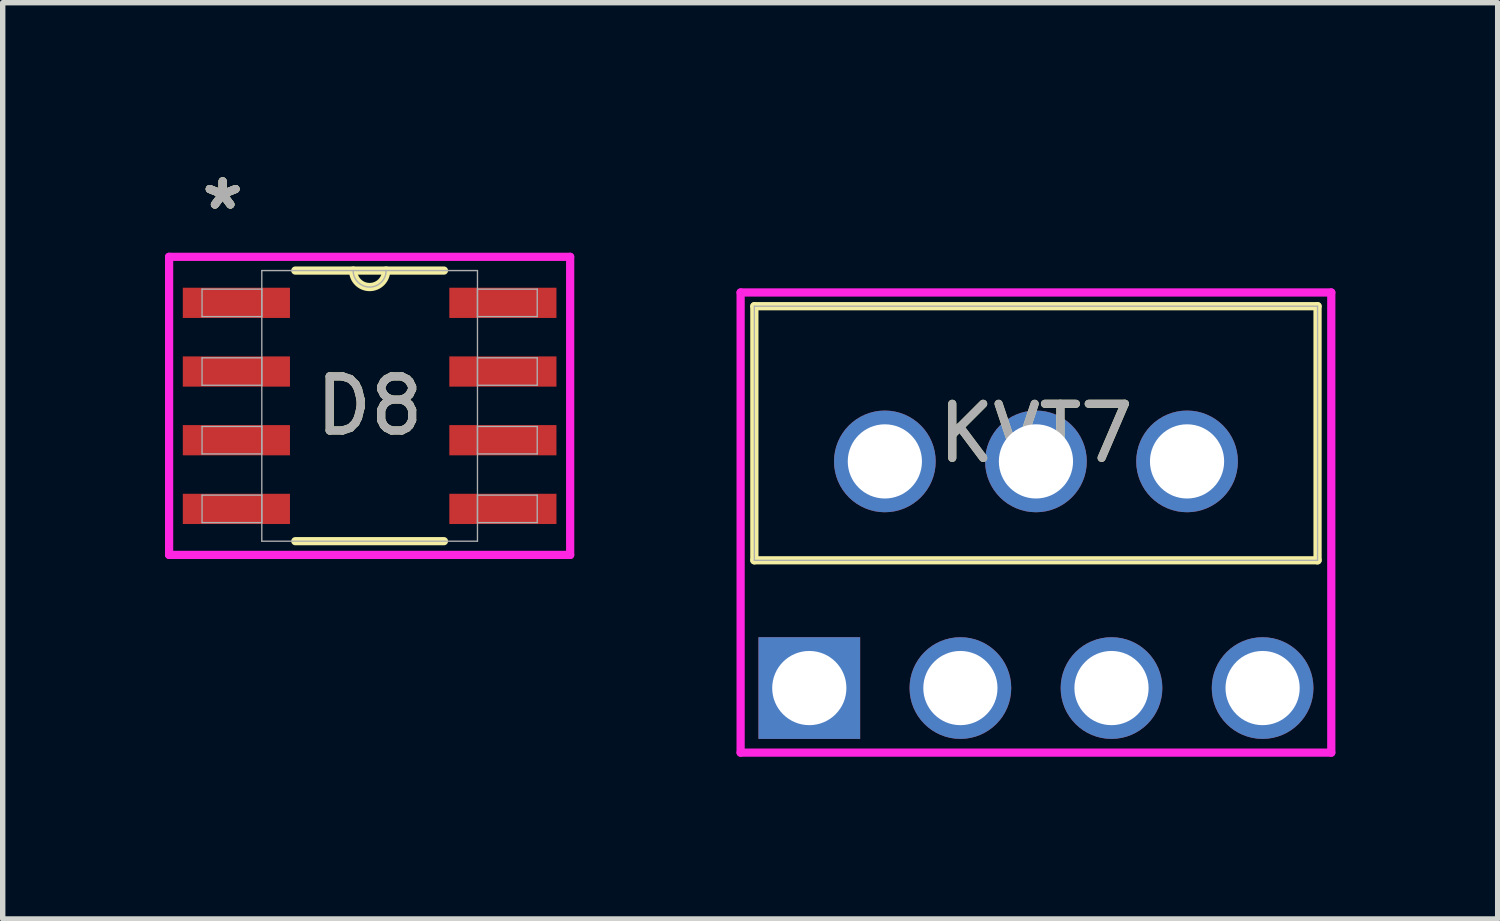
<source format=kicad_pcb>
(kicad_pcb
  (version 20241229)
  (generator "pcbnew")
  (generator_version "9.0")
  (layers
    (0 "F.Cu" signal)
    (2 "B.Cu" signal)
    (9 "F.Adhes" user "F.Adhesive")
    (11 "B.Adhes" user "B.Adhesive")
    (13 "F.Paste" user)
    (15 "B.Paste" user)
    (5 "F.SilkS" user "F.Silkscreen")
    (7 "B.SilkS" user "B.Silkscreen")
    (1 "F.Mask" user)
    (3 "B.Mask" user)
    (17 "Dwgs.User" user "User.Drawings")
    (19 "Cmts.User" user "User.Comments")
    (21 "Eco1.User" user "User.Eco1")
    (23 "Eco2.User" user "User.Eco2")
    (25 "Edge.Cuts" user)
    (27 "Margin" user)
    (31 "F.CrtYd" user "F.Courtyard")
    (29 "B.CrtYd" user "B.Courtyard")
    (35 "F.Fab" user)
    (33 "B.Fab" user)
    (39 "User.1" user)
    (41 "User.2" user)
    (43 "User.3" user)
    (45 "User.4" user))
  (footprint "D8"
    (layer "F.Cu")
    (at 3.785 4.455)
    (property "Reference" "D8" (at 0 0 0) (unlocked yes) (layer "F.SilkS") (effects (font (size 1 1) (thickness 0.15))))
    (attr smd)
    (fp_line (start -1.374 2.502) (end 1.374 2.502) (stroke (width 0.152) (type solid)) (layer "F.SilkS"))
    (fp_line (start 1.374 -2.502) (end -1.374 -2.502) (stroke (width 0.152) (type solid)) (layer "F.SilkS"))
    (fp_arc (start 0.3048 -2.5019) (mid 0 -2.1971) (end -0.3048 -2.5019) (stroke (width 0.1524) (type solid)) (layer "F.SilkS"))
    (fp_line (start -3.708 -2.756) (end 3.708 -2.756) (stroke (width 0.152) (type solid)) (layer "F.CrtYd"))
    (fp_line (start -3.708 2.756) (end -3.708 -2.756) (stroke (width 0.152) (type solid)) (layer "F.CrtYd"))
    (fp_line (start 3.708 -2.756) (end 3.708 2.756) (stroke (width 0.152) (type solid)) (layer "F.CrtYd"))
    (fp_line (start 3.708 2.756) (end -3.708 2.756) (stroke (width 0.152) (type solid)) (layer "F.CrtYd"))
    (fp_line (start -3.099 -2.159) (end -3.099 -1.651) (stroke (width 0.025) (type solid)) (layer "F.Fab"))
    (fp_line (start -3.099 -1.651) (end -1.994 -1.651) (stroke (width 0.025) (type solid)) (layer "F.Fab"))
    (fp_line (start -3.099 -0.889) (end -3.099 -0.381) (stroke (width 0.025) (type solid)) (layer "F.Fab"))
    (fp_line (start -3.099 -0.381) (end -1.994 -0.381) (stroke (width 0.025) (type solid)) (layer "F.Fab"))
    (fp_line (start -3.099 0.381) (end -3.099 0.889) (stroke (width 0.025) (type solid)) (layer "F.Fab"))
    (fp_line (start -3.099 0.889) (end -1.994 0.889) (stroke (width 0.025) (type solid)) (layer "F.Fab"))
    (fp_line (start -3.099 1.651) (end -3.099 2.159) (stroke (width 0.025) (type solid)) (layer "F.Fab"))
    (fp_line (start -3.099 2.159) (end -1.994 2.159) (stroke (width 0.025) (type solid)) (layer "F.Fab"))
    (fp_line (start -1.994 -2.502) (end -1.994 2.502) (stroke (width 0.025) (type solid)) (layer "F.Fab"))
    (fp_line (start -1.994 -2.159) (end -3.099 -2.159) (stroke (width 0.025) (type solid)) (layer "F.Fab"))
    (fp_line (start -1.994 -1.651) (end -1.994 -2.159) (stroke (width 0.025) (type solid)) (layer "F.Fab"))
    (fp_line (start -1.994 -0.889) (end -3.099 -0.889) (stroke (width 0.025) (type solid)) (layer "F.Fab"))
    (fp_line (start -1.994 -0.381) (end -1.994 -0.889) (stroke (width 0.025) (type solid)) (layer "F.Fab"))
    (fp_line (start -1.994 0.381) (end -3.099 0.381) (stroke (width 0.025) (type solid)) (layer "F.Fab"))
    (fp_line (start -1.994 0.889) (end -1.994 0.381) (stroke (width 0.025) (type solid)) (layer "F.Fab"))
    (fp_line (start -1.994 1.651) (end -3.099 1.651) (stroke (width 0.025) (type solid)) (layer "F.Fab"))
    (fp_line (start -1.994 2.159) (end -1.994 1.651) (stroke (width 0.025) (type solid)) (layer "F.Fab"))
    (fp_line (start -1.994 2.502) (end 1.994 2.502) (stroke (width 0.025) (type solid)) (layer "F.Fab"))
    (fp_line (start 1.994 -2.502) (end -1.994 -2.502) (stroke (width 0.025) (type solid)) (layer "F.Fab"))
    (fp_line (start 1.994 -2.159) (end 1.994 -1.651) (stroke (width 0.025) (type solid)) (layer "F.Fab"))
    (fp_line (start 1.994 -1.651) (end 3.099 -1.651) (stroke (width 0.025) (type solid)) (layer "F.Fab"))
    (fp_line (start 1.994 -0.889) (end 1.994 -0.381) (stroke (width 0.025) (type solid)) (layer "F.Fab"))
    (fp_line (start 1.994 -0.381) (end 3.099 -0.381) (stroke (width 0.025) (type solid)) (layer "F.Fab"))
    (fp_line (start 1.994 0.381) (end 1.994 0.889) (stroke (width 0.025) (type solid)) (layer "F.Fab"))
    (fp_line (start 1.994 0.889) (end 3.099 0.889) (stroke (width 0.025) (type solid)) (layer "F.Fab"))
    (fp_line (start 1.994 1.651) (end 1.994 2.159) (stroke (width 0.025) (type solid)) (layer "F.Fab"))
    (fp_line (start 1.994 2.159) (end 3.099 2.159) (stroke (width 0.025) (type solid)) (layer "F.Fab"))
    (fp_line (start 1.994 2.502) (end 1.994 -2.502) (stroke (width 0.025) (type solid)) (layer "F.Fab"))
    (fp_line (start 3.099 -2.159) (end 1.994 -2.159) (stroke (width 0.025) (type solid)) (layer "F.Fab"))
    (fp_line (start 3.099 -1.651) (end 3.099 -2.159) (stroke (width 0.025) (type solid)) (layer "F.Fab"))
    (fp_line (start 3.099 -0.889) (end 1.994 -0.889) (stroke (width 0.025) (type solid)) (layer "F.Fab"))
    (fp_line (start 3.099 -0.381) (end 3.099 -0.889) (stroke (width 0.025) (type solid)) (layer "F.Fab"))
    (fp_line (start 3.099 0.381) (end 1.994 0.381) (stroke (width 0.025) (type solid)) (layer "F.Fab"))
    (fp_line (start 3.099 0.889) (end 3.099 0.381) (stroke (width 0.025) (type solid)) (layer "F.Fab"))
    (fp_line (start 3.099 1.651) (end 1.994 1.651) (stroke (width 0.025) (type solid)) (layer "F.Fab"))
    (fp_line (start 3.099 2.159) (end 3.099 1.651) (stroke (width 0.025) (type solid)) (layer "F.Fab"))
    (fp_arc (start 0.3048 -2.5019) (mid 0 -2.1971) (end -0.3048 -2.5019) (stroke (width 0.0254) (type solid)) (layer "F.Fab"))
    (fp_text user "*" (at -2.718 -3.607 0) (unlocked yes) (layer "F.SilkS") (effects (font (size 1 1) (thickness 0.15))))
    (fp_text user "*" (at -2.718 -3.607 0) (layer "F.SilkS") (effects (font (size 1 1) (thickness 0.15))))
    (fp_text user "*" (at -2.718 -3.607 0) (layer "F.Fab") (effects (font (size 1 1) (thickness 0.15))))
    (fp_text user "${REFERENCE}" (at 0 0 0) (unlocked yes) (layer "F.Fab") (effects (font (size 1 1) (thickness 0.15))))
    (fp_text user "*" (at -2.718 -3.607 0) (unlocked yes) (layer "F.Fab") (effects (font (size 1 1) (thickness 0.15))))
    (pad "1" smd rect (at -2.464 -1.905) (size 1.981 0.559) (layers "F.Cu" "F.Mask" "F.Paste"))
    (pad "2" smd rect (at -2.464 -0.635) (size 1.981 0.559) (layers "F.Cu" "F.Mask" "F.Paste"))
    (pad "3" smd rect (at -2.464 0.635) (size 1.981 0.559) (layers "F.Cu" "F.Mask" "F.Paste"))
    (pad "4" smd rect (at -2.464 1.905) (size 1.981 0.559) (layers "F.Cu" "F.Mask" "F.Paste"))
    (pad "5" smd rect (at 2.464 1.905) (size 1.981 0.559) (layers "F.Cu" "F.Mask" "F.Paste"))
    (pad "6" smd rect (at 2.464 0.635) (size 1.981 0.559) (layers "F.Cu" "F.Mask" "F.Paste"))
    (pad "7" smd rect (at 2.464 -0.635) (size 1.981 0.559) (layers "F.Cu" "F.Mask" "F.Paste"))
    (pad "8" smd rect (at 2.464 -1.905) (size 1.981 0.559) (layers "F.Cu" "F.Mask" "F.Paste")))
  (footprint "KVT7"
    (layer "F.Cu")
    (at 20.297 0.25)
    (property "Reference" "KVT7" (at -4.191 4.712 0) (unlocked yes) (layer "F.SilkS") (effects (font (size 1 1) (thickness 0.15))))
    (attr through_hole)
    (fp_line (start -9.398 2.362) (end -9.398 7.061) (stroke (width 0.152) (type solid)) (layer "F.SilkS"))
    (fp_line (start -9.398 7.061) (end 1.016 7.061) (stroke (width 0.152) (type solid)) (layer "F.SilkS"))
    (fp_line (start 1.016 2.362) (end -9.398 2.362) (stroke (width 0.152) (type solid)) (layer "F.SilkS"))
    (fp_line (start 1.016 7.061) (end 1.016 2.362) (stroke (width 0.152) (type solid)) (layer "F.SilkS"))
    (fp_line (start -9.652 2.108) (end -9.652 10.617) (stroke (width 0.152) (type solid)) (layer "F.CrtYd"))
    (fp_line (start -9.652 10.617) (end 1.27 10.617) (stroke (width 0.152) (type solid)) (layer "F.CrtYd"))
    (fp_line (start 1.27 2.108) (end -9.652 2.108) (stroke (width 0.152) (type solid)) (layer "F.CrtYd"))
    (fp_line (start 1.27 10.617) (end 1.27 2.108) (stroke (width 0.152) (type solid)) (layer "F.CrtYd"))
    (fp_line (start -9.398 2.362) (end -9.398 7.061) (stroke (width 0.025) (type solid)) (layer "F.Fab"))
    (fp_line (start -9.398 7.061) (end 1.016 7.061) (stroke (width 0.025) (type solid)) (layer "F.Fab"))
    (fp_line (start 1.016 2.362) (end -9.398 2.362) (stroke (width 0.025) (type solid)) (layer "F.Fab"))
    (fp_line (start 1.016 7.061) (end 1.016 2.362) (stroke (width 0.025) (type solid)) (layer "F.Fab"))
    (fp_text user "${REFERENCE}" (at -4.191 4.712 0) (unlocked yes) (layer "F.Fab") (effects (font (size 1 1) (thickness 0.15))))
    (pad "1" thru_hole rect (at -8.382 9.423) (size 1.88 1.88) (drill 1.372) (layers "*.Cu" "*.Mask"))
    (pad "2" thru_hole circle (at -6.985 5.232) (size 1.88 1.88) (drill 1.372) (layers "*.Cu" "*.Mask"))
    (pad "3" thru_hole circle (at -5.588 9.423) (size 1.88 1.88) (drill 1.372) (layers "*.Cu" "*.Mask"))
    (pad "4" thru_hole circle (at -4.191 5.232) (size 1.88 1.88) (drill 1.372) (layers "*.Cu" "*.Mask"))
    (pad "5" thru_hole circle (at -2.794 9.423) (size 1.88 1.88) (drill 1.372) (layers "*.Cu" "*.Mask"))
    (pad "6" thru_hole circle (at -1.397 5.232) (size 1.88 1.88) (drill 1.372) (layers "*.Cu" "*.Mask"))
    (pad "7" thru_hole circle (at 0 9.423) (size 1.88 1.88) (drill 1.372) (layers "*.Cu" "*.Mask")))
  (gr_rect
    (start -3 -3)
    (end 24.644 13.943)
    (stroke (width 0.1) (type default))
    (fill no)
    (layer "Edge.Cuts")))
</source>
